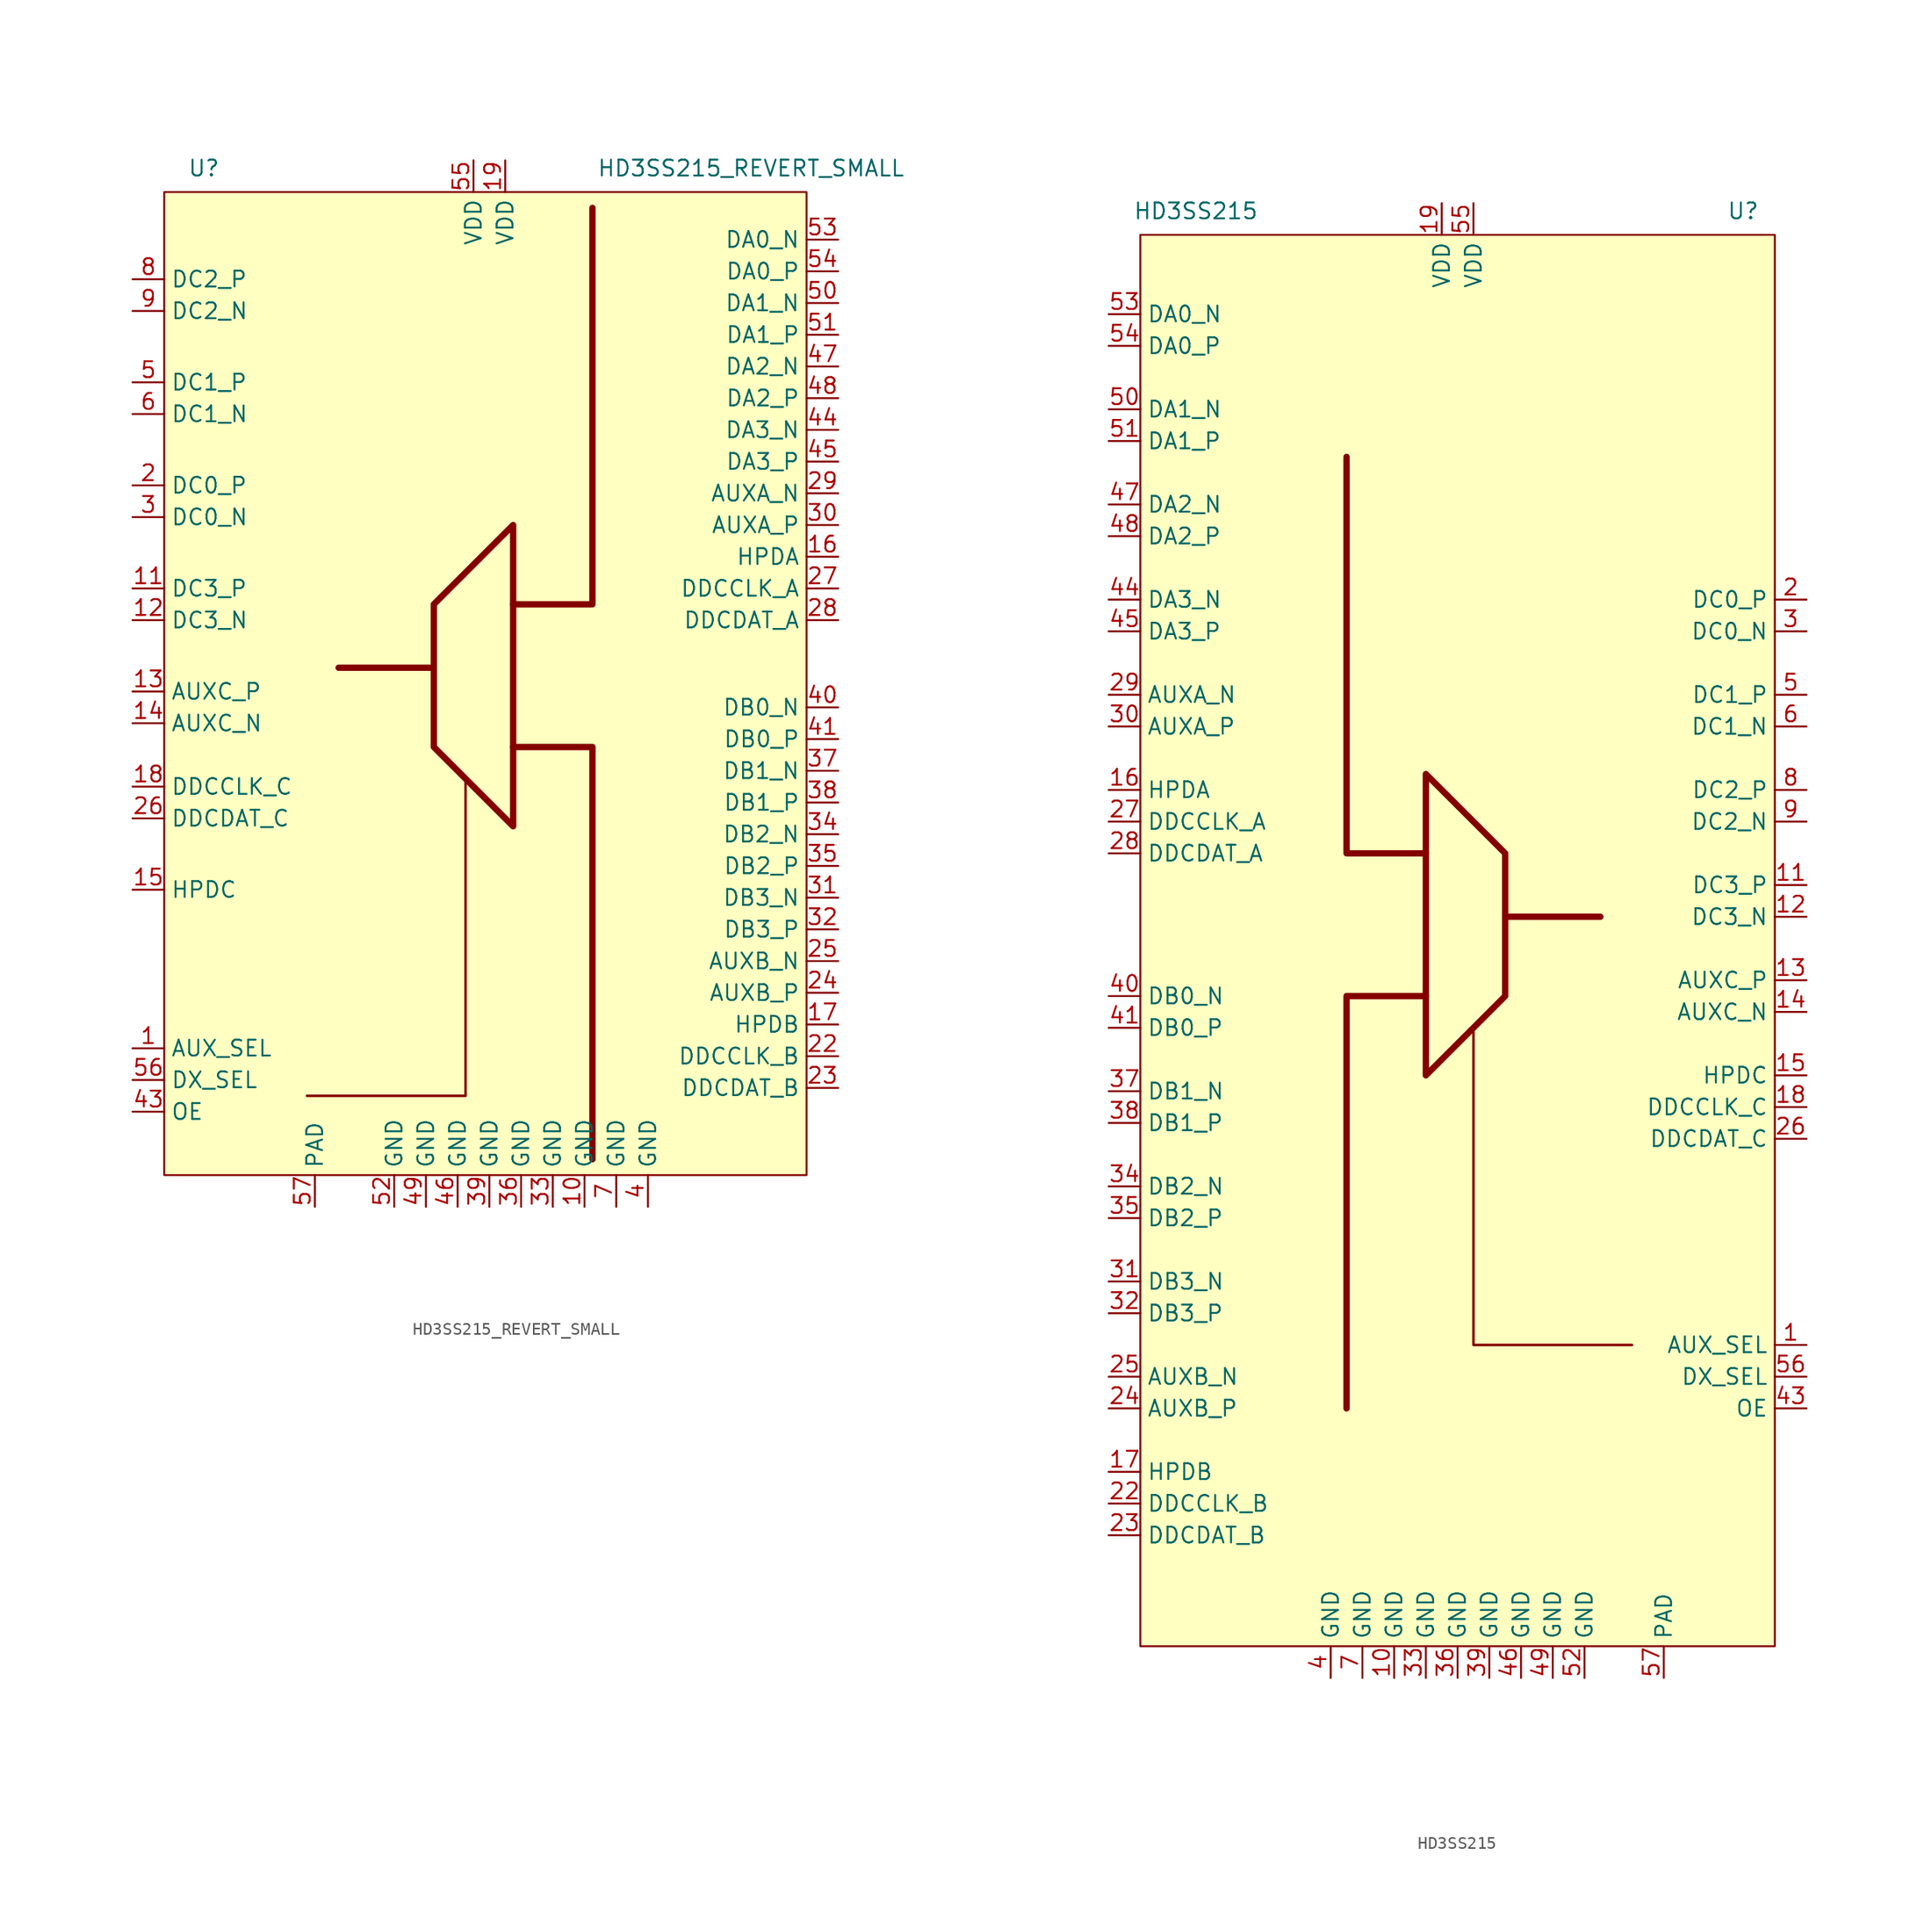
<source format=kicad_sym>
(kicad_symbol_lib
  (version 20201005)
  (generator kicad_symbol_editor)
  (symbol "ioboard:HD3SS215_REVERT_SMALL"
    (property "Reference" "U"
      (at -23.495 40.005 0)
      (effects (font (size 1.27 1.27))))
    (property "Value" "HD3SS215_REVERT_SMALL"
      (at 20.32 40.005 0)
      (effects (font (size 1.27 1.27))))
    (symbol "HD3SS215_REVERT_SMALL_0_0"
      (pin bidirectional line (at -29.21 6.35 0) (length 2.54) (name "DC3_P" (effects (font (size 1.27 1.27)))) (number "11" (effects (font (size 1.27 1.27)))))
      (pin bidirectional line (at -29.21 3.81 0) (length 2.54) (name "DC3_N" (effects (font (size 1.27 1.27)))) (number "12" (effects (font (size 1.27 1.27)))))
      (pin bidirectional line (at -29.21 -1.905 0) (length 2.54) (name "AUXC_P" (effects (font (size 1.27 1.27)))) (number "13" (effects (font (size 1.27 1.27)))))
      (pin bidirectional line (at -29.21 -4.445 0) (length 2.54) (name "AUXC_N" (effects (font (size 1.27 1.27)))) (number "14" (effects (font (size 1.27 1.27)))))
      (pin bidirectional line (at -29.21 -17.78 0) (length 2.54) (name "HPDC" (effects (font (size 1.27 1.27)))) (number "15" (effects (font (size 1.27 1.27)))))
      (pin bidirectional line (at 27.305 8.89 180) (length 2.54) (name "HPDA" (effects (font (size 1.27 1.27)))) (number "16" (effects (font (size 1.27 1.27)))))
      (pin bidirectional line (at 27.305 -28.575 180) (length 2.54) (name "HPDB" (effects (font (size 1.27 1.27)))) (number "17" (effects (font (size 1.27 1.27)))))
      (pin bidirectional line (at -29.21 -9.525 0) (length 2.54) (name "DDCCLK_C" (effects (font (size 1.27 1.27)))) (number "18" (effects (font (size 1.27 1.27)))))
      (pin power_in line (at 0.635 40.64 270) (length 2.54) (name "VDD" (effects (font (size 1.27 1.27)))) (number "19" (effects (font (size 1.27 1.27)))))
      (pin bidirectional line (at 27.305 -31.115 180) (length 2.54) (name "DDCCLK_B" (effects (font (size 1.27 1.27)))) (number "22" (effects (font (size 1.27 1.27)))))
      (pin bidirectional line (at 27.305 -33.655 180) (length 2.54) (name "DDCDAT_B" (effects (font (size 1.27 1.27)))) (number "23" (effects (font (size 1.27 1.27)))))
      (pin bidirectional line (at 27.305 -26.035 180) (length 2.54) (name "AUXB_P" (effects (font (size 1.27 1.27)))) (number "24" (effects (font (size 1.27 1.27)))))
      (pin bidirectional line (at 27.305 -23.495 180) (length 2.54) (name "AUXB_N" (effects (font (size 1.27 1.27)))) (number "25" (effects (font (size 1.27 1.27)))))
      (pin bidirectional line (at -29.21 -12.065 0) (length 2.54) (name "DDCDAT_C" (effects (font (size 1.27 1.27)))) (number "26" (effects (font (size 1.27 1.27)))))
      (pin bidirectional line (at 27.305 6.35 180) (length 2.54) (name "DDCCLK_A" (effects (font (size 1.27 1.27)))) (number "27" (effects (font (size 1.27 1.27)))))
      (pin bidirectional line (at 27.305 3.81 180) (length 2.54) (name "DDCDAT_A" (effects (font (size 1.27 1.27)))) (number "28" (effects (font (size 1.27 1.27)))))
      (pin bidirectional line (at 27.305 13.97 180) (length 2.54) (name "AUXA_N" (effects (font (size 1.27 1.27)))) (number "29" (effects (font (size 1.27 1.27)))))
      (pin bidirectional line (at 27.305 11.43 180) (length 2.54) (name "AUXA_P" (effects (font (size 1.27 1.27)))) (number "30" (effects (font (size 1.27 1.27)))))
      (pin bidirectional line (at 27.305 -18.415 180) (length 2.54) (name "DB3_N" (effects (font (size 1.27 1.27)))) (number "31" (effects (font (size 1.27 1.27)))))
      (pin bidirectional line (at 27.305 -20.955 180) (length 2.54) (name "DB3_P" (effects (font (size 1.27 1.27)))) (number "32" (effects (font (size 1.27 1.27)))))
      (pin unspecified line (at 4.445 -43.18 90) (length 2.54) (name "GND" (effects (font (size 1.27 1.27)))) (number "33" (effects (font (size 1.27 1.27)))))
      (pin bidirectional line (at 27.305 -13.335 180) (length 2.54) (name "DB2_N" (effects (font (size 1.27 1.27)))) (number "34" (effects (font (size 1.27 1.27)))))
      (pin bidirectional line (at 27.305 -15.875 180) (length 2.54) (name "DB2_P" (effects (font (size 1.27 1.27)))) (number "35" (effects (font (size 1.27 1.27)))))
      (pin unspecified line (at 1.905 -43.18 90) (length 2.54) (name "GND" (effects (font (size 1.27 1.27)))) (number "36" (effects (font (size 1.27 1.27)))))
      (pin bidirectional line (at 27.305 -8.255 180) (length 2.54) (name "DB1_N" (effects (font (size 1.27 1.27)))) (number "37" (effects (font (size 1.27 1.27)))))
      (pin bidirectional line (at 27.305 -10.795 180) (length 2.54) (name "DB1_P" (effects (font (size 1.27 1.27)))) (number "38" (effects (font (size 1.27 1.27)))))
      (pin unspecified line (at -0.635 -43.18 90) (length 2.54) (name "GND" (effects (font (size 1.27 1.27)))) (number "39" (effects (font (size 1.27 1.27)))))
      (pin bidirectional line (at 27.305 -3.175 180) (length 2.54) (name "DB0_N" (effects (font (size 1.27 1.27)))) (number "40" (effects (font (size 1.27 1.27)))))
      (pin bidirectional line (at 27.305 -5.715 180) (length 2.54) (name "DB0_P" (effects (font (size 1.27 1.27)))) (number "41" (effects (font (size 1.27 1.27)))))
      (pin input line (at -29.21 -35.56 0) (length 2.54) (name "OE" (effects (font (size 1.27 1.27)))) (number "43" (effects (font (size 1.27 1.27)))))
      (pin bidirectional line (at 27.305 19.05 180) (length 2.54) (name "DA3_N" (effects (font (size 1.27 1.27)))) (number "44" (effects (font (size 1.27 1.27)))))
      (pin bidirectional line (at 27.305 16.51 180) (length 2.54) (name "DA3_P" (effects (font (size 1.27 1.27)))) (number "45" (effects (font (size 1.27 1.27)))))
      (pin unspecified line (at -3.175 -43.18 90) (length 2.54) (name "GND" (effects (font (size 1.27 1.27)))) (number "46" (effects (font (size 1.27 1.27)))))
      (pin bidirectional line (at 27.305 24.13 180) (length 2.54) (name "DA2_N" (effects (font (size 1.27 1.27)))) (number "47" (effects (font (size 1.27 1.27)))))
      (pin bidirectional line (at 27.305 21.59 180) (length 2.54) (name "DA2_P" (effects (font (size 1.27 1.27)))) (number "48" (effects (font (size 1.27 1.27)))))
      (pin unspecified line (at -5.715 -43.18 90) (length 2.54) (name "GND" (effects (font (size 1.27 1.27)))) (number "49" (effects (font (size 1.27 1.27)))))
      (pin bidirectional line (at 27.305 29.21 180) (length 2.54) (name "DA1_N" (effects (font (size 1.27 1.27)))) (number "50" (effects (font (size 1.27 1.27)))))
      (pin bidirectional line (at 27.305 26.67 180) (length 2.54) (name "DA1_P" (effects (font (size 1.27 1.27)))) (number "51" (effects (font (size 1.27 1.27)))))
      (pin unspecified line (at -8.255 -43.18 90) (length 2.54) (name "GND" (effects (font (size 1.27 1.27)))) (number "52" (effects (font (size 1.27 1.27)))))
      (pin bidirectional line (at 27.305 34.29 180) (length 2.54) (name "DA0_N" (effects (font (size 1.27 1.27)))) (number "53" (effects (font (size 1.27 1.27)))))
      (pin bidirectional line (at 27.305 31.75 180) (length 2.54) (name "DA0_P" (effects (font (size 1.27 1.27)))) (number "54" (effects (font (size 1.27 1.27)))))
      (pin power_in line (at -1.905 40.64 270) (length 2.54) (name "VDD" (effects (font (size 1.27 1.27)))) (number "55" (effects (font (size 1.27 1.27)))))
      (pin input line (at -29.21 -33.02 0) (length 2.54) (name "DX_SEL" (effects (font (size 1.27 1.27)))) (number "56" (effects (font (size 1.27 1.27)))))
      (pin unspecified line (at -14.605 -43.18 90) (length 2.54) (name "PAD" (effects (font (size 1.27 1.27)))) (number "57" (effects (font (size 1.27 1.27))))))
    (symbol "HD3SS215_REVERT_SMALL_0_1"
      (rectangle (start -26.67 38.1) (end 24.765 -40.64) (stroke (width 0)) (fill (type background)))
      (polyline (pts (xy -5.08 0) (xy -12.7 0)) (stroke (width 0.508)) (fill (type none)))
      (polyline (pts (xy -2.54 -8.89) (xy -2.54 -34.29) (xy -15.24 -34.29)) (stroke (width 0.203)) (fill (type none)))
      (polyline (pts (xy 1.27 -6.35) (xy 7.62 -6.35) (xy 7.62 -39.37)) (stroke (width 0.508)) (fill (type none)))
      (polyline (pts (xy 1.27 5.08) (xy 7.62 5.08) (xy 7.62 36.83)) (stroke (width 0.508)) (fill (type none)))
      (polyline (pts (xy 1.27 11.43) (xy 1.27 -12.7) (xy -5.08 -6.35) (xy -5.08 5.08) (xy 1.27 11.43)) (stroke (width 0.508)) (fill (type none))))
    (symbol "HD3SS215_REVERT_SMALL_1_1"
      (pin input line (at -29.21 -30.48 0) (length 2.54) (name "AUX_SEL" (effects (font (size 1.27 1.27)))) (number "1" (effects (font (size 1.27 1.27)))))
      (pin unspecified line (at 6.985 -43.18 90) (length 2.54) (name "GND" (effects (font (size 1.27 1.27)))) (number "10" (effects (font (size 1.27 1.27)))))
      (pin bidirectional line (at -29.21 14.605 0) (length 2.54) (name "DC0_P" (effects (font (size 1.27 1.27)))) (number "2" (effects (font (size 1.27 1.27)))))
      (pin bidirectional line (at -29.21 12.065 0) (length 2.54) (name "DC0_N" (effects (font (size 1.27 1.27)))) (number "3" (effects (font (size 1.27 1.27)))))
      (pin unspecified line (at 12.065 -43.18 90) (length 2.54) (name "GND" (effects (font (size 1.27 1.27)))) (number "4" (effects (font (size 1.27 1.27)))))
      (pin bidirectional line (at -29.21 22.86 0) (length 2.54) (name "DC1_P" (effects (font (size 1.27 1.27)))) (number "5" (effects (font (size 1.27 1.27)))))
      (pin bidirectional line (at -29.21 20.32 0) (length 2.54) (name "DC1_N" (effects (font (size 1.27 1.27)))) (number "6" (effects (font (size 1.27 1.27)))))
      (pin unspecified line (at 9.525 -43.18 90) (length 2.54) (name "GND" (effects (font (size 1.27 1.27)))) (number "7" (effects (font (size 1.27 1.27)))))
      (pin bidirectional line (at -29.21 31.115 0) (length 2.54) (name "DC2_P" (effects (font (size 1.27 1.27)))) (number "8" (effects (font (size 1.27 1.27)))))
      (pin bidirectional line (at -29.21 28.575 0) (length 2.54) (name "DC2_N" (effects (font (size 1.27 1.27)))) (number "9" (effects (font (size 1.27 1.27)))))))
  (symbol "ioboard:HD3SS215"
    (property "Reference" "U"
      (at 22.86 56.515 0)
      (effects (font (size 1.27 1.27))))
    (property "Value" "HD3SS215"
      (at -20.955 56.515 0)
      (effects (font (size 1.27 1.27))))
    (symbol "HD3SS215_0_0"
      (pin bidirectional line (at 27.94 2.54 180) (length 2.54) (name "DC3_P" (effects (font (size 1.27 1.27)))) (number "11" (effects (font (size 1.27 1.27)))))
      (pin bidirectional line (at 27.94 0 180) (length 2.54) (name "DC3_N" (effects (font (size 1.27 1.27)))) (number "12" (effects (font (size 1.27 1.27)))))
      (pin bidirectional line (at 27.94 -5.08 180) (length 2.54) (name "AUXC_P" (effects (font (size 1.27 1.27)))) (number "13" (effects (font (size 1.27 1.27)))))
      (pin bidirectional line (at 27.94 -7.62 180) (length 2.54) (name "AUXC_N" (effects (font (size 1.27 1.27)))) (number "14" (effects (font (size 1.27 1.27)))))
      (pin bidirectional line (at 27.94 -12.7 180) (length 2.54) (name "HPDC" (effects (font (size 1.27 1.27)))) (number "15" (effects (font (size 1.27 1.27)))))
      (pin bidirectional line (at -27.94 10.16 0) (length 2.54) (name "HPDA" (effects (font (size 1.27 1.27)))) (number "16" (effects (font (size 1.27 1.27)))))
      (pin bidirectional line (at -27.94 -44.45 0) (length 2.54) (name "HPDB" (effects (font (size 1.27 1.27)))) (number "17" (effects (font (size 1.27 1.27)))))
      (pin bidirectional line (at 27.94 -15.24 180) (length 2.54) (name "DDCCLK_C" (effects (font (size 1.27 1.27)))) (number "18" (effects (font (size 1.27 1.27)))))
      (pin power_in line (at -1.27 57.15 270) (length 2.54) (name "VDD" (effects (font (size 1.27 1.27)))) (number "19" (effects (font (size 1.27 1.27)))))
      (pin bidirectional line (at -27.94 -46.99 0) (length 2.54) (name "DDCCLK_B" (effects (font (size 1.27 1.27)))) (number "22" (effects (font (size 1.27 1.27)))))
      (pin bidirectional line (at -27.94 -49.53 0) (length 2.54) (name "DDCDAT_B" (effects (font (size 1.27 1.27)))) (number "23" (effects (font (size 1.27 1.27)))))
      (pin bidirectional line (at -27.94 -39.37 0) (length 2.54) (name "AUXB_P" (effects (font (size 1.27 1.27)))) (number "24" (effects (font (size 1.27 1.27)))))
      (pin bidirectional line (at -27.94 -36.83 0) (length 2.54) (name "AUXB_N" (effects (font (size 1.27 1.27)))) (number "25" (effects (font (size 1.27 1.27)))))
      (pin bidirectional line (at 27.94 -17.78 180) (length 2.54) (name "DDCDAT_C" (effects (font (size 1.27 1.27)))) (number "26" (effects (font (size 1.27 1.27)))))
      (pin bidirectional line (at -27.94 7.62 0) (length 2.54) (name "DDCCLK_A" (effects (font (size 1.27 1.27)))) (number "27" (effects (font (size 1.27 1.27)))))
      (pin bidirectional line (at -27.94 5.08 0) (length 2.54) (name "DDCDAT_A" (effects (font (size 1.27 1.27)))) (number "28" (effects (font (size 1.27 1.27)))))
      (pin bidirectional line (at -27.94 17.78 0) (length 2.54) (name "AUXA_N" (effects (font (size 1.27 1.27)))) (number "29" (effects (font (size 1.27 1.27)))))
      (pin bidirectional line (at -27.94 15.24 0) (length 2.54) (name "AUXA_P" (effects (font (size 1.27 1.27)))) (number "30" (effects (font (size 1.27 1.27)))))
      (pin bidirectional line (at -27.94 -29.21 0) (length 2.54) (name "DB3_N" (effects (font (size 1.27 1.27)))) (number "31" (effects (font (size 1.27 1.27)))))
      (pin bidirectional line (at -27.94 -31.75 0) (length 2.54) (name "DB3_P" (effects (font (size 1.27 1.27)))) (number "32" (effects (font (size 1.27 1.27)))))
      (pin unspecified line (at -2.54 -60.96 90) (length 2.54) (name "GND" (effects (font (size 1.27 1.27)))) (number "33" (effects (font (size 1.27 1.27)))))
      (pin bidirectional line (at -27.94 -21.59 0) (length 2.54) (name "DB2_N" (effects (font (size 1.27 1.27)))) (number "34" (effects (font (size 1.27 1.27)))))
      (pin bidirectional line (at -27.94 -24.13 0) (length 2.54) (name "DB2_P" (effects (font (size 1.27 1.27)))) (number "35" (effects (font (size 1.27 1.27)))))
      (pin unspecified line (at 0 -60.96 90) (length 2.54) (name "GND" (effects (font (size 1.27 1.27)))) (number "36" (effects (font (size 1.27 1.27)))))
      (pin bidirectional line (at -27.94 -13.97 0) (length 2.54) (name "DB1_N" (effects (font (size 1.27 1.27)))) (number "37" (effects (font (size 1.27 1.27)))))
      (pin bidirectional line (at -27.94 -16.51 0) (length 2.54) (name "DB1_P" (effects (font (size 1.27 1.27)))) (number "38" (effects (font (size 1.27 1.27)))))
      (pin unspecified line (at 2.54 -60.96 90) (length 2.54) (name "GND" (effects (font (size 1.27 1.27)))) (number "39" (effects (font (size 1.27 1.27)))))
      (pin bidirectional line (at -27.94 -6.35 0) (length 2.54) (name "DB0_N" (effects (font (size 1.27 1.27)))) (number "40" (effects (font (size 1.27 1.27)))))
      (pin bidirectional line (at -27.94 -8.89 0) (length 2.54) (name "DB0_P" (effects (font (size 1.27 1.27)))) (number "41" (effects (font (size 1.27 1.27)))))
      (pin input line (at 27.94 -39.37 180) (length 2.54) (name "OE" (effects (font (size 1.27 1.27)))) (number "43" (effects (font (size 1.27 1.27)))))
      (pin bidirectional line (at -27.94 25.4 0) (length 2.54) (name "DA3_N" (effects (font (size 1.27 1.27)))) (number "44" (effects (font (size 1.27 1.27)))))
      (pin bidirectional line (at -27.94 22.86 0) (length 2.54) (name "DA3_P" (effects (font (size 1.27 1.27)))) (number "45" (effects (font (size 1.27 1.27)))))
      (pin unspecified line (at 5.08 -60.96 90) (length 2.54) (name "GND" (effects (font (size 1.27 1.27)))) (number "46" (effects (font (size 1.27 1.27)))))
      (pin bidirectional line (at -27.94 33.02 0) (length 2.54) (name "DA2_N" (effects (font (size 1.27 1.27)))) (number "47" (effects (font (size 1.27 1.27)))))
      (pin bidirectional line (at -27.94 30.48 0) (length 2.54) (name "DA2_P" (effects (font (size 1.27 1.27)))) (number "48" (effects (font (size 1.27 1.27)))))
      (pin unspecified line (at 7.62 -60.96 90) (length 2.54) (name "GND" (effects (font (size 1.27 1.27)))) (number "49" (effects (font (size 1.27 1.27)))))
      (pin bidirectional line (at -27.94 40.64 0) (length 2.54) (name "DA1_N" (effects (font (size 1.27 1.27)))) (number "50" (effects (font (size 1.27 1.27)))))
      (pin bidirectional line (at -27.94 38.1 0) (length 2.54) (name "DA1_P" (effects (font (size 1.27 1.27)))) (number "51" (effects (font (size 1.27 1.27)))))
      (pin unspecified line (at 10.16 -60.96 90) (length 2.54) (name "GND" (effects (font (size 1.27 1.27)))) (number "52" (effects (font (size 1.27 1.27)))))
      (pin bidirectional line (at -27.94 48.26 0) (length 2.54) (name "DA0_N" (effects (font (size 1.27 1.27)))) (number "53" (effects (font (size 1.27 1.27)))))
      (pin bidirectional line (at -27.94 45.72 0) (length 2.54) (name "DA0_P" (effects (font (size 1.27 1.27)))) (number "54" (effects (font (size 1.27 1.27)))))
      (pin power_in line (at 1.27 57.15 270) (length 2.54) (name "VDD" (effects (font (size 1.27 1.27)))) (number "55" (effects (font (size 1.27 1.27)))))
      (pin input line (at 27.94 -36.83 180) (length 2.54) (name "DX_SEL" (effects (font (size 1.27 1.27)))) (number "56" (effects (font (size 1.27 1.27)))))
      (pin unspecified line (at 16.51 -60.96 90) (length 2.54) (name "PAD" (effects (font (size 1.27 1.27)))) (number "57" (effects (font (size 1.27 1.27))))))
    (symbol "HD3SS215_0_1"
      (rectangle (start -25.4 54.61) (end 25.4 -58.42) (stroke (width 0)) (fill (type background)))
      (polyline (pts (xy 3.81 0) (xy 11.43 0)) (stroke (width 0.508)) (fill (type none)))
      (polyline (pts (xy -2.54 -6.35) (xy -8.89 -6.35) (xy -8.89 -39.37)) (stroke (width 0.508)) (fill (type none)))
      (polyline (pts (xy -2.54 5.08) (xy -8.89 5.08) (xy -8.89 36.83)) (stroke (width 0.508)) (fill (type none)))
      (polyline (pts (xy 1.27 -8.89) (xy 1.27 -34.29) (xy 13.97 -34.29)) (stroke (width 0.203)) (fill (type none)))
      (polyline (pts (xy -2.54 11.43) (xy -2.54 -12.7) (xy 3.81 -6.35) (xy 3.81 5.08) (xy -2.54 11.43)) (stroke (width 0.508)) (fill (type none))))
    (symbol "HD3SS215_1_1"
      (pin input line (at 27.94 -34.29 180) (length 2.54) (name "AUX_SEL" (effects (font (size 1.27 1.27)))) (number "1" (effects (font (size 1.27 1.27)))))
      (pin unspecified line (at -5.08 -60.96 90) (length 2.54) (name "GND" (effects (font (size 1.27 1.27)))) (number "10" (effects (font (size 1.27 1.27)))))
      (pin bidirectional line (at 27.94 25.4 180) (length 2.54) (name "DC0_P" (effects (font (size 1.27 1.27)))) (number "2" (effects (font (size 1.27 1.27)))))
      (pin bidirectional line (at 27.94 22.86 180) (length 2.54) (name "DC0_N" (effects (font (size 1.27 1.27)))) (number "3" (effects (font (size 1.27 1.27)))))
      (pin unspecified line (at -10.16 -60.96 90) (length 2.54) (name "GND" (effects (font (size 1.27 1.27)))) (number "4" (effects (font (size 1.27 1.27)))))
      (pin bidirectional line (at 27.94 17.78 180) (length 2.54) (name "DC1_P" (effects (font (size 1.27 1.27)))) (number "5" (effects (font (size 1.27 1.27)))))
      (pin bidirectional line (at 27.94 15.24 180) (length 2.54) (name "DC1_N" (effects (font (size 1.27 1.27)))) (number "6" (effects (font (size 1.27 1.27)))))
      (pin unspecified line (at -7.62 -60.96 90) (length 2.54) (name "GND" (effects (font (size 1.27 1.27)))) (number "7" (effects (font (size 1.27 1.27)))))
      (pin bidirectional line (at 27.94 10.16 180) (length 2.54) (name "DC2_P" (effects (font (size 1.27 1.27)))) (number "8" (effects (font (size 1.27 1.27)))))
      (pin bidirectional line (at 27.94 7.62 180) (length 2.54) (name "DC2_N" (effects (font (size 1.27 1.27)))) (number "9" (effects (font (size 1.27 1.27))))))))
</source>
